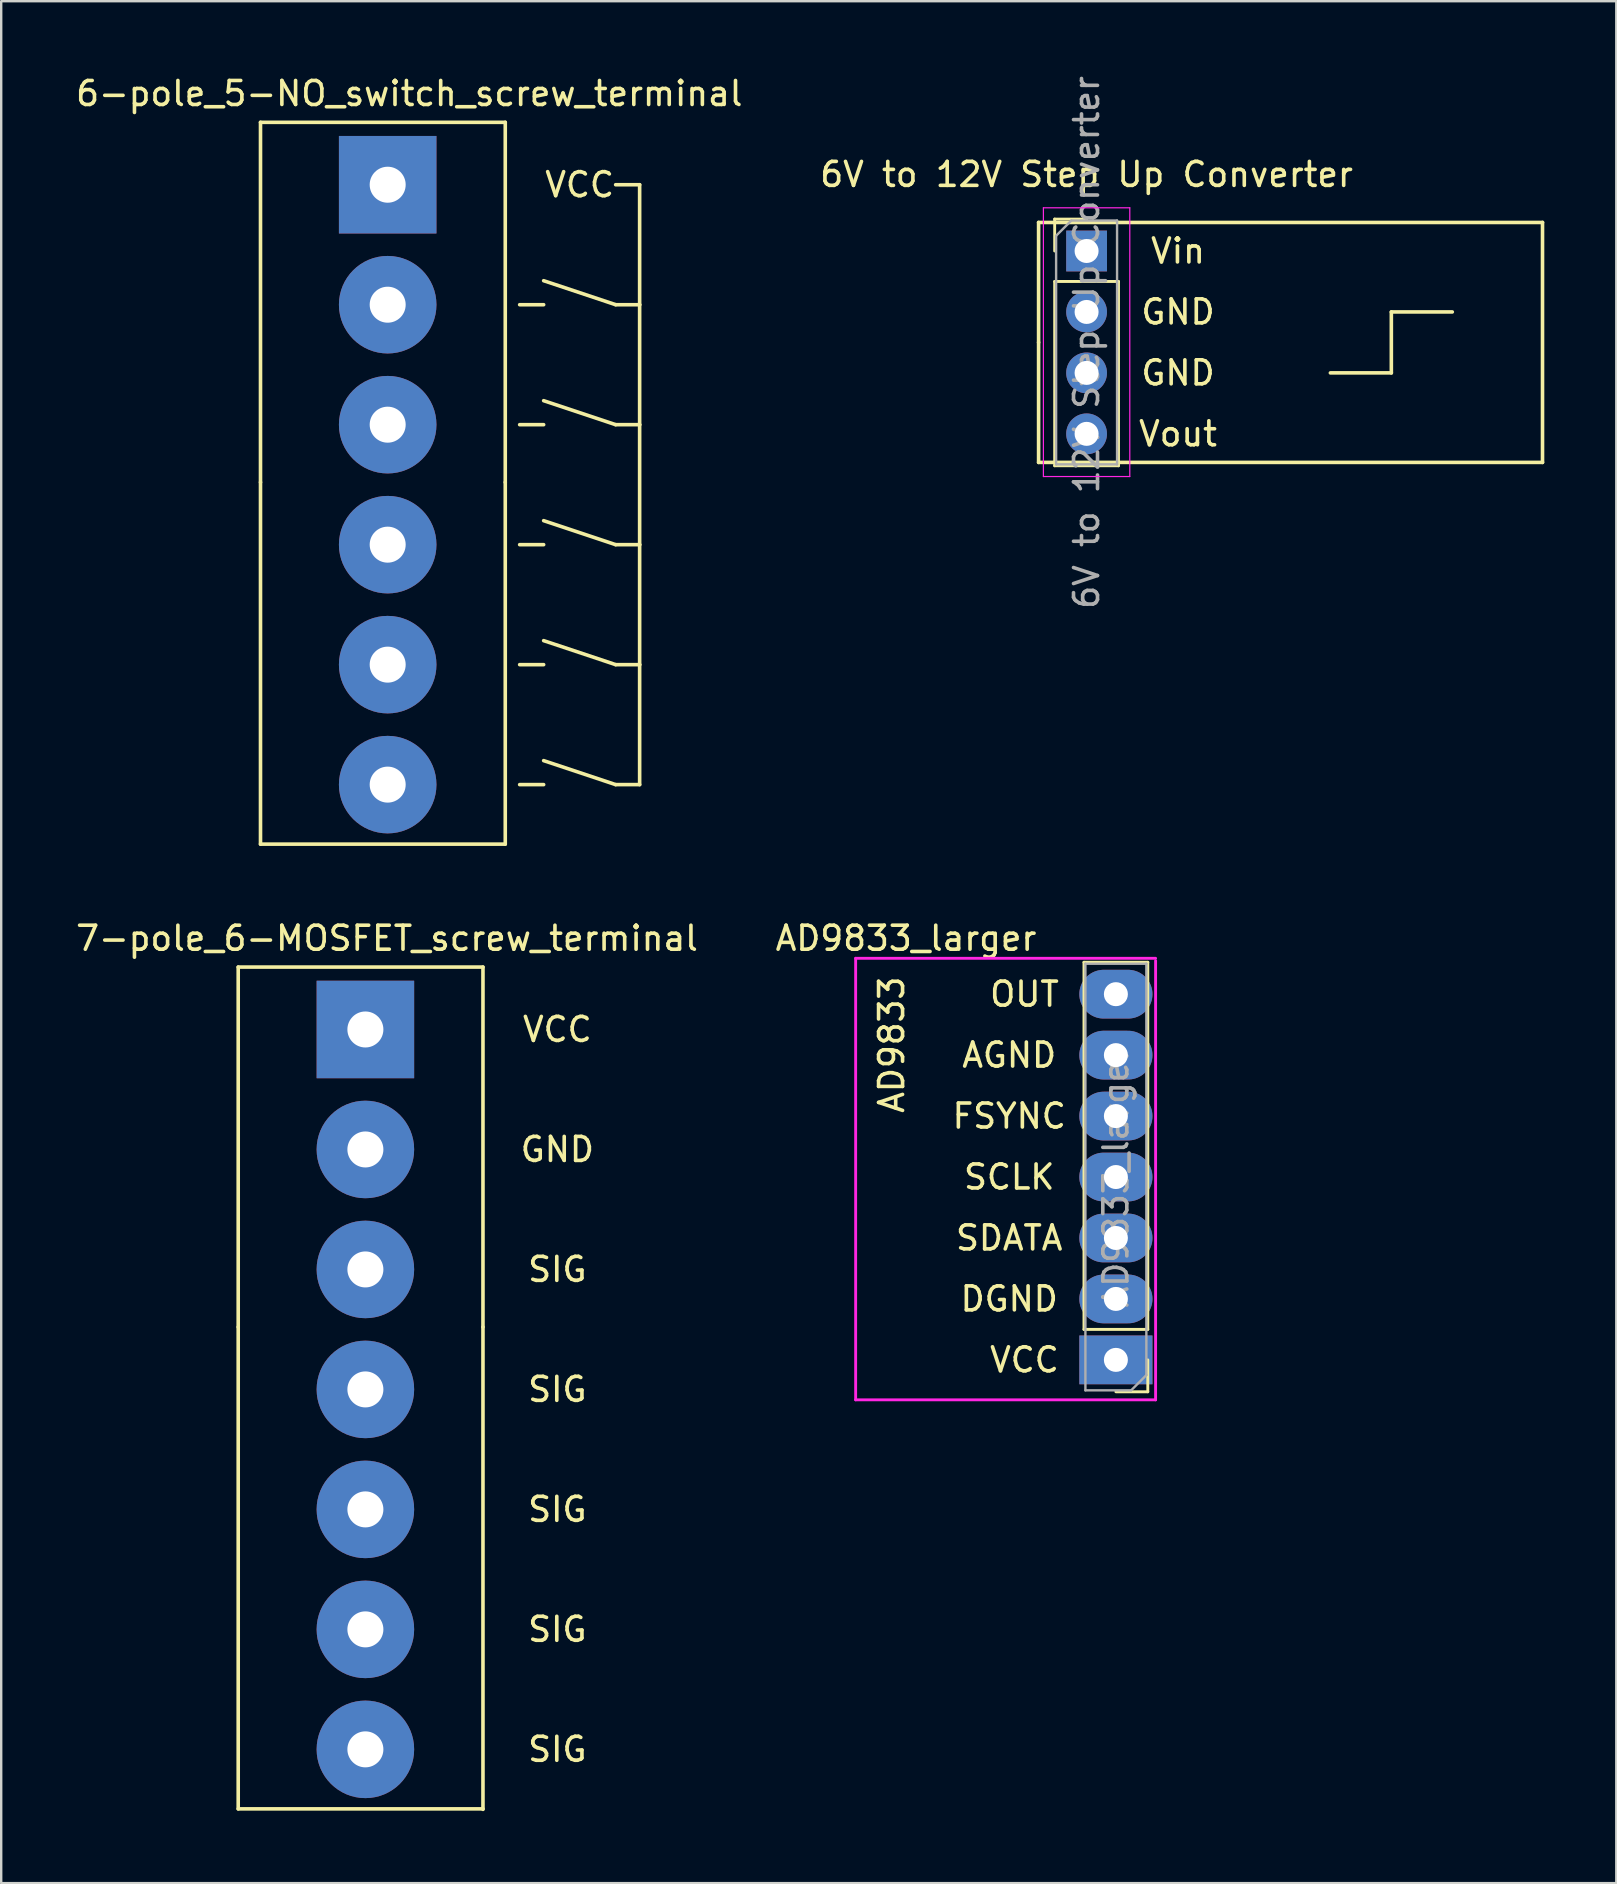
<source format=kicad_pcb>
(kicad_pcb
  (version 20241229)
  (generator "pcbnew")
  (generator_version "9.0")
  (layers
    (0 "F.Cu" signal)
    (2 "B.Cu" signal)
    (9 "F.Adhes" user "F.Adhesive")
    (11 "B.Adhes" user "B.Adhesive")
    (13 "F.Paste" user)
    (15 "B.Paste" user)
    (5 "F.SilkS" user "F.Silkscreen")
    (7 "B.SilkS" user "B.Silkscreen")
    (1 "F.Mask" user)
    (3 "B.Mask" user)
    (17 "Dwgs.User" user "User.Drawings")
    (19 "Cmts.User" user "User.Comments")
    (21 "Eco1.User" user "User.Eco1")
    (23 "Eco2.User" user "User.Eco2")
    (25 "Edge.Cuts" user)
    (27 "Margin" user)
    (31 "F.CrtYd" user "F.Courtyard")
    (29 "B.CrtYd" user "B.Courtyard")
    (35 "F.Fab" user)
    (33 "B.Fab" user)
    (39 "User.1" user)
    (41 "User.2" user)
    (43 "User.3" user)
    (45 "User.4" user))
  (footprint "6-pole_5-NO_switch_screw_terminal"
    (layer "F.Cu")
    (at 13.106 4.648)
    (property "Reference" "6-pole_5-NO_switch_screw_terminal" (at 0.9 -3.8 0) (layer "F.SilkS") (effects (font (size 1 1) (thickness 0.15))))
    (attr through_hole)
    (fp_line (start -5.3 -2.6) (end 4.9 -2.6) (stroke (width 0.15) (type solid)) (layer "F.SilkS"))
    (fp_line (start -5.3 12.4) (end -5.3 -2.6) (stroke (width 0.15) (type solid)) (layer "F.SilkS"))
    (fp_line (start -5.3 12.4) (end -5.3 27.48) (stroke (width 0.15) (type solid)) (layer "F.SilkS"))
    (fp_line (start 4.9 -2.6) (end 4.9 12.4) (stroke (width 0.15) (type solid)) (layer "F.SilkS"))
    (fp_line (start 4.9 27.48) (end -5.3 27.48) (stroke (width 0.15) (type solid)) (layer "F.SilkS"))
    (fp_line (start 4.9 27.48) (end 4.9 12.4) (stroke (width 0.15) (type solid)) (layer "F.SilkS"))
    (fp_line (start 5.5 5) (end 6.5 5) (stroke (width 0.15) (type solid)) (layer "F.SilkS"))
    (fp_line (start 5.5 10) (end 6.5 10) (stroke (width 0.15) (type solid)) (layer "F.SilkS"))
    (fp_line (start 5.5 15) (end 6.5 15) (stroke (width 0.15) (type solid)) (layer "F.SilkS"))
    (fp_line (start 5.5 20) (end 6.5 20) (stroke (width 0.15) (type solid)) (layer "F.SilkS"))
    (fp_line (start 5.5 25) (end 6.5 25) (stroke (width 0.15) (type solid)) (layer "F.SilkS"))
    (fp_line (start 6.5 4) (end 9.5 5) (stroke (width 0.15) (type solid)) (layer "F.SilkS"))
    (fp_line (start 6.5 9) (end 9.5 10) (stroke (width 0.15) (type solid)) (layer "F.SilkS"))
    (fp_line (start 6.5 14) (end 9.5 15) (stroke (width 0.15) (type solid)) (layer "F.SilkS"))
    (fp_line (start 6.5 19) (end 9.5 20) (stroke (width 0.15) (type solid)) (layer "F.SilkS"))
    (fp_line (start 6.5 24) (end 9.5 25) (stroke (width 0.15) (type solid)) (layer "F.SilkS"))
    (fp_line (start 9.5 5) (end 10.5 5) (stroke (width 0.15) (type solid)) (layer "F.SilkS"))
    (fp_line (start 9.5 10) (end 10.5 10) (stroke (width 0.15) (type solid)) (layer "F.SilkS"))
    (fp_line (start 9.5 15) (end 10.5 15) (stroke (width 0.15) (type solid)) (layer "F.SilkS"))
    (fp_line (start 9.5 20) (end 10.5 20) (stroke (width 0.15) (type solid)) (layer "F.SilkS"))
    (fp_line (start 9.5 25) (end 10.5 25) (stroke (width 0.15) (type solid)) (layer "F.SilkS"))
    (fp_line (start 10.5 0) (end 9.5 0) (stroke (width 0.15) (type solid)) (layer "F.SilkS"))
    (fp_line (start 10.5 5) (end 10.5 0) (stroke (width 0.15) (type solid)) (layer "F.SilkS"))
    (fp_line (start 10.5 10) (end 10.5 5) (stroke (width 0.15) (type solid)) (layer "F.SilkS"))
    (fp_line (start 10.5 15) (end 10.5 10) (stroke (width 0.15) (type solid)) (layer "F.SilkS"))
    (fp_line (start 10.5 20) (end 10.5 15) (stroke (width 0.15) (type solid)) (layer "F.SilkS"))
    (fp_line (start 10.5 25) (end 10.5 20) (stroke (width 0.15) (type solid)) (layer "F.SilkS"))
    (fp_text user "VCC" (at 8 0 0) (layer "F.SilkS") (effects (font (size 1 1) (thickness 0.15))))
    (pad "1" thru_hole rect (at 0 0) (size 4.064 4.064) (drill 1.5) (layers "*.Cu" "*.Mask"))
    (pad "2" thru_hole circle (at 0 5) (size 4.064 4.064) (drill 1.5) (layers "*.Cu" "*.Mask"))
    (pad "3" thru_hole circle (at 0 10) (size 4.064 4.064) (drill 1.5) (layers "*.Cu" "*.Mask"))
    (pad "4" thru_hole circle (at 0 15) (size 4.064 4.064) (drill 1.5) (layers "*.Cu" "*.Mask"))
    (pad "5" thru_hole circle (at 0 20) (size 4.064 4.064) (drill 1.5) (layers "*.Cu" "*.Mask"))
    (pad "6" thru_hole circle (at 0 25) (size 4.064 4.064) (drill 1.5) (layers "*.Cu" "*.Mask")))
  (footprint "6V to 12V Step Up Converter"
    (layer "F.Cu")
    (at 42.232 7.41)
    (property "Reference" "6V to 12V Step Up Converter" (at 0 -3.19 0) (unlocked yes) (layer "F.SilkS") (effects (font (size 1 1) (thickness 0.15))))
    (attr through_hole)
    (fp_line (start -2 -1.19) (end -2 3.81) (stroke (width 0.15) (type solid)) (layer "F.SilkS"))
    (fp_line (start -2 3.81) (end -2 8.81) (stroke (width 0.15) (type solid)) (layer "F.SilkS"))
    (fp_line (start -2 8.81) (end 19 8.81) (stroke (width 0.15) (type solid)) (layer "F.SilkS"))
    (fp_line (start -1.33 -1.33) (end 0 -1.33) (stroke (width 0.12) (type solid)) (layer "F.SilkS"))
    (fp_line (start -1.33 0) (end -1.33 -1.33) (stroke (width 0.12) (type solid)) (layer "F.SilkS"))
    (fp_line (start -1.33 1.27) (end -1.33 8.95) (stroke (width 0.12) (type solid)) (layer "F.SilkS"))
    (fp_line (start -1.33 1.27) (end 1.33 1.27) (stroke (width 0.12) (type solid)) (layer "F.SilkS"))
    (fp_line (start -1.33 8.95) (end 1.33 8.95) (stroke (width 0.12) (type solid)) (layer "F.SilkS"))
    (fp_line (start 1.33 1.27) (end 1.33 8.95) (stroke (width 0.12) (type solid)) (layer "F.SilkS"))
    (fp_line (start 10.16 5.08) (end 12.7 5.08) (stroke (width 0.15) (type solid)) (layer "F.SilkS"))
    (fp_line (start 12.7 2.54) (end 15.24 2.54) (stroke (width 0.15) (type solid)) (layer "F.SilkS"))
    (fp_line (start 12.7 5.08) (end 12.7 2.54) (stroke (width 0.15) (type solid)) (layer "F.SilkS"))
    (fp_line (start 19 -1.19) (end -2 -1.19) (stroke (width 0.15) (type solid)) (layer "F.SilkS"))
    (fp_line (start 19 8.81) (end 19 -1.19) (stroke (width 0.15) (type solid)) (layer "F.SilkS"))
    (fp_line (start -1.8 -1.8) (end -1.8 9.4) (stroke (width 0.05) (type solid)) (layer "F.CrtYd"))
    (fp_line (start -1.8 9.4) (end 1.8 9.4) (stroke (width 0.05) (type solid)) (layer "F.CrtYd"))
    (fp_line (start 1.8 -1.8) (end -1.8 -1.8) (stroke (width 0.05) (type solid)) (layer "F.CrtYd"))
    (fp_line (start 1.8 9.4) (end 1.8 -1.8) (stroke (width 0.05) (type solid)) (layer "F.CrtYd"))
    (fp_line (start -1.27 -0.635) (end -0.635 -1.27) (stroke (width 0.1) (type solid)) (layer "F.Fab"))
    (fp_line (start -1.27 8.89) (end -1.27 -0.635) (stroke (width 0.1) (type solid)) (layer "F.Fab"))
    (fp_line (start -0.635 -1.27) (end 1.27 -1.27) (stroke (width 0.1) (type solid)) (layer "F.Fab"))
    (fp_line (start 1.27 -1.27) (end 1.27 8.89) (stroke (width 0.1) (type solid)) (layer "F.Fab"))
    (fp_line (start 1.27 8.89) (end -1.27 8.89) (stroke (width 0.1) (type solid)) (layer "F.Fab"))
    (fp_text user "GND" (at 3.81 2.54 0) (unlocked yes) (layer "F.SilkS") (effects (font (size 1 1) (thickness 0.15))))
    (fp_text user "GND" (at 3.81 5.08 0) (unlocked yes) (layer "F.SilkS") (effects (font (size 1 1) (thickness 0.15))))
    (fp_text user "Vout" (at 3.81 7.62 0) (unlocked yes) (layer "F.SilkS") (effects (font (size 1 1) (thickness 0.15))))
    (fp_text user "Vin" (at 3.81 0 0) (unlocked yes) (layer "F.SilkS") (effects (font (size 1 1) (thickness 0.15))))
    (fp_text user "${REFERENCE}" (at 0 3.81 90) (layer "F.Fab") (effects (font (size 1 1) (thickness 0.15))))
    (pad "1" thru_hole rect (at 0 0) (size 1.7 1.7) (drill 1) (layers "*.Cu" "*.Mask"))
    (pad "2" thru_hole oval (at 0 2.54) (size 1.7 1.7) (drill 1) (layers "*.Cu" "*.Mask"))
    (pad "3" thru_hole oval (at 0 5.08) (size 1.7 1.7) (drill 1) (layers "*.Cu" "*.Mask"))
    (pad "4" thru_hole oval (at 0 7.62) (size 1.7 1.7) (drill 1) (layers "*.Cu" "*.Mask")))
  (footprint "7-pole_6-MOSFET_screw_terminal"
    (layer "F.Cu")
    (at 12.177 39.852)
    (property "Reference" "7-pole_6-MOSFET_screw_terminal" (at 0.9 -3.8 0) (layer "F.SilkS") (effects (font (size 1 1) (thickness 0.15))))
    (attr through_hole)
    (fp_line (start -5.3 -2.6) (end 4.9 -2.6) (stroke (width 0.15) (type solid)) (layer "F.SilkS"))
    (fp_line (start -5.3 12.4) (end -5.3 -2.6) (stroke (width 0.15) (type solid)) (layer "F.SilkS"))
    (fp_line (start -5.3 12.4) (end -5.3 32.48) (stroke (width 0.15) (type solid)) (layer "F.SilkS"))
    (fp_line (start 4.9 -2.6) (end 4.9 12.4) (stroke (width 0.15) (type solid)) (layer "F.SilkS"))
    (fp_line (start 4.9 32.48) (end -5.3 32.48) (stroke (width 0.15) (type solid)) (layer "F.SilkS"))
    (fp_line (start 4.9 32.5) (end 4.9 12.4) (stroke (width 0.15) (type solid)) (layer "F.SilkS"))
    (fp_text user "SIG" (at 8 20 0) (layer "F.SilkS") (effects (font (size 1 1) (thickness 0.15))))
    (fp_text user "SIG" (at 8 25 0) (layer "F.SilkS") (effects (font (size 1 1) (thickness 0.15))))
    (fp_text user "SIG" (at 8 30 0) (layer "F.SilkS") (effects (font (size 1 1) (thickness 0.15))))
    (fp_text user "SIG" (at 8 15 0) (layer "F.SilkS") (effects (font (size 1 1) (thickness 0.15))))
    (fp_text user "VCC" (at 8 0 0) (layer "F.SilkS") (effects (font (size 1 1) (thickness 0.15))))
    (fp_text user "GND" (at 8 5 0) (layer "F.SilkS") (effects (font (size 1 1) (thickness 0.15))))
    (fp_text user "SIG" (at 8 10 0) (layer "F.SilkS") (effects (font (size 1 1) (thickness 0.15))))
    (pad "1" thru_hole rect (at 0 0) (size 4.064 4.064) (drill 1.5) (layers "*.Cu" "*.Mask"))
    (pad "2" thru_hole circle (at 0 5) (size 4.064 4.064) (drill 1.5) (layers "*.Cu" "*.Mask"))
    (pad "3" thru_hole circle (at 0 10) (size 4.064 4.064) (drill 1.5) (layers "*.Cu" "*.Mask"))
    (pad "4" thru_hole circle (at 0 15) (size 4.064 4.064) (drill 1.5) (layers "*.Cu" "*.Mask"))
    (pad "5" thru_hole circle (at 0 20) (size 4.064 4.064) (drill 1.5) (layers "*.Cu" "*.Mask"))
    (pad "6" thru_hole circle (at 0 25) (size 4.064 4.064) (drill 1.5) (layers "*.Cu" "*.Mask"))
    (pad "7" thru_hole circle (at 0 30) (size 4.064 4.064) (drill 1.5) (layers "*.Cu" "*.Mask")))
  (footprint "AD9833_larger"
    (layer "F.Cu")
    (at 45.108 36.986)
    (property "Reference" "AD9833_larger" (at -10.4 -0.935 0) (layer "F.SilkS") (effects (font (size 1 1) (thickness 0.15))))
    (attr through_hole)
    (fp_line (start -2.985 15.365) (end -2.985 0.065) (stroke (width 0.12) (type solid)) (layer "F.SilkS"))
    (fp_line (start -0.325 0.065) (end -2.985 0.065) (stroke (width 0.12) (type solid)) (layer "F.SilkS"))
    (fp_line (start -0.325 15.365) (end -2.985 15.365) (stroke (width 0.12) (type solid)) (layer "F.SilkS"))
    (fp_line (start -0.325 15.365) (end -0.325 0.065) (stroke (width 0.12) (type solid)) (layer "F.SilkS"))
    (fp_line (start -0.325 16.635) (end -0.325 17.965) (stroke (width 0.12) (type solid)) (layer "F.SilkS"))
    (fp_line (start -0.325 17.965) (end -1.655 17.965) (stroke (width 0.12) (type solid)) (layer "F.SilkS"))
    (fp_line (start -12.5 -0.1) (end 0 -0.1) (stroke (width 0.12) (type solid)) (layer "F.CrtYd"))
    (fp_line (start -12.5 18.3) (end -12.5 -0.1) (stroke (width 0.12) (type solid)) (layer "F.CrtYd"))
    (fp_line (start 0 0) (end 0 18.3) (stroke (width 0.12) (type solid)) (layer "F.CrtYd"))
    (fp_line (start 0 18.3) (end -12.5 18.3) (stroke (width 0.12) (type solid)) (layer "F.CrtYd"))
    (fp_line (start -2.925 0.125) (end -0.385 0.125) (stroke (width 0.1) (type solid)) (layer "F.Fab"))
    (fp_line (start -2.925 17.905) (end -2.925 0.125) (stroke (width 0.1) (type solid)) (layer "F.Fab"))
    (fp_line (start -1.02 17.905) (end -2.925 17.905) (stroke (width 0.1) (type solid)) (layer "F.Fab"))
    (fp_line (start -0.385 0.125) (end -0.385 17.27) (stroke (width 0.1) (type solid)) (layer "F.Fab"))
    (fp_line (start -0.385 17.27) (end -1.02 17.905) (stroke (width 0.1) (type solid)) (layer "F.Fab"))
    (fp_text user "FSYNC" (at -6.1 6.475 0) (layer "F.SilkS") (effects (font (size 1 1) (thickness 0.15))))
    (fp_text user "AD9833" (at -11 3.5 90) (layer "F.SilkS") (effects (font (size 1 1) (thickness 0.15))))
    (fp_text user "DGND" (at -6.1 14.095 0) (layer "F.SilkS") (effects (font (size 1 1) (thickness 0.15))))
    (fp_text user "VCC" (at -5.465 16.635 0) (layer "F.SilkS") (effects (font (size 1 1) (thickness 0.15))))
    (fp_text user "SCLK" (at -6.1 9.015 0) (layer "F.SilkS") (effects (font (size 1 1) (thickness 0.15))))
    (fp_text user "SDATA" (at -6.1 11.555 0) (layer "F.SilkS") (effects (font (size 1 1) (thickness 0.15))))
    (fp_text user "OUT" (at -5.465 1.395 0) (layer "F.SilkS") (effects (font (size 1 1) (thickness 0.15))))
    (fp_text user "AGND" (at -6.1 3.935 0) (layer "F.SilkS") (effects (font (size 1 1) (thickness 0.15))))
    (fp_text user "${REFERENCE}" (at -1.655 9.015 270) (layer "F.Fab") (effects (font (size 1 1) (thickness 0.15))))
    (pad "1" thru_hole rect (at -1.655 16.635 180) (size 3.048 2.032) (drill 1) (layers "*.Cu" "*.Mask"))
    (pad "2" thru_hole oval (at -1.655 14.095 180) (size 3.048 2.032) (drill 1) (layers "*.Cu" "*.Mask"))
    (pad "3" thru_hole oval (at -1.655 11.555 180) (size 3.048 2.032) (drill 1) (layers "*.Cu" "*.Mask"))
    (pad "4" thru_hole oval (at -1.655 9.015 180) (size 3.048 2.032) (drill 1) (layers "*.Cu" "*.Mask"))
    (pad "5" thru_hole oval (at -1.655 6.475 180) (size 3.048 2.032) (drill 1) (layers "*.Cu" "*.Mask"))
    (pad "6" thru_hole oval (at -1.655 3.935 180) (size 3.048 2.032) (drill 1) (layers "*.Cu" "*.Mask"))
    (pad "7" thru_hole oval (at -1.655 1.395 180) (size 3.048 2.032) (drill 1) (layers "*.Cu" "*.Mask")))
  (gr_rect
    (start -3 -3)
    (end 64.307 75.427)
    (stroke (width 0.1) (type default))
    (fill no)
    (layer "Edge.Cuts")))
</source>
